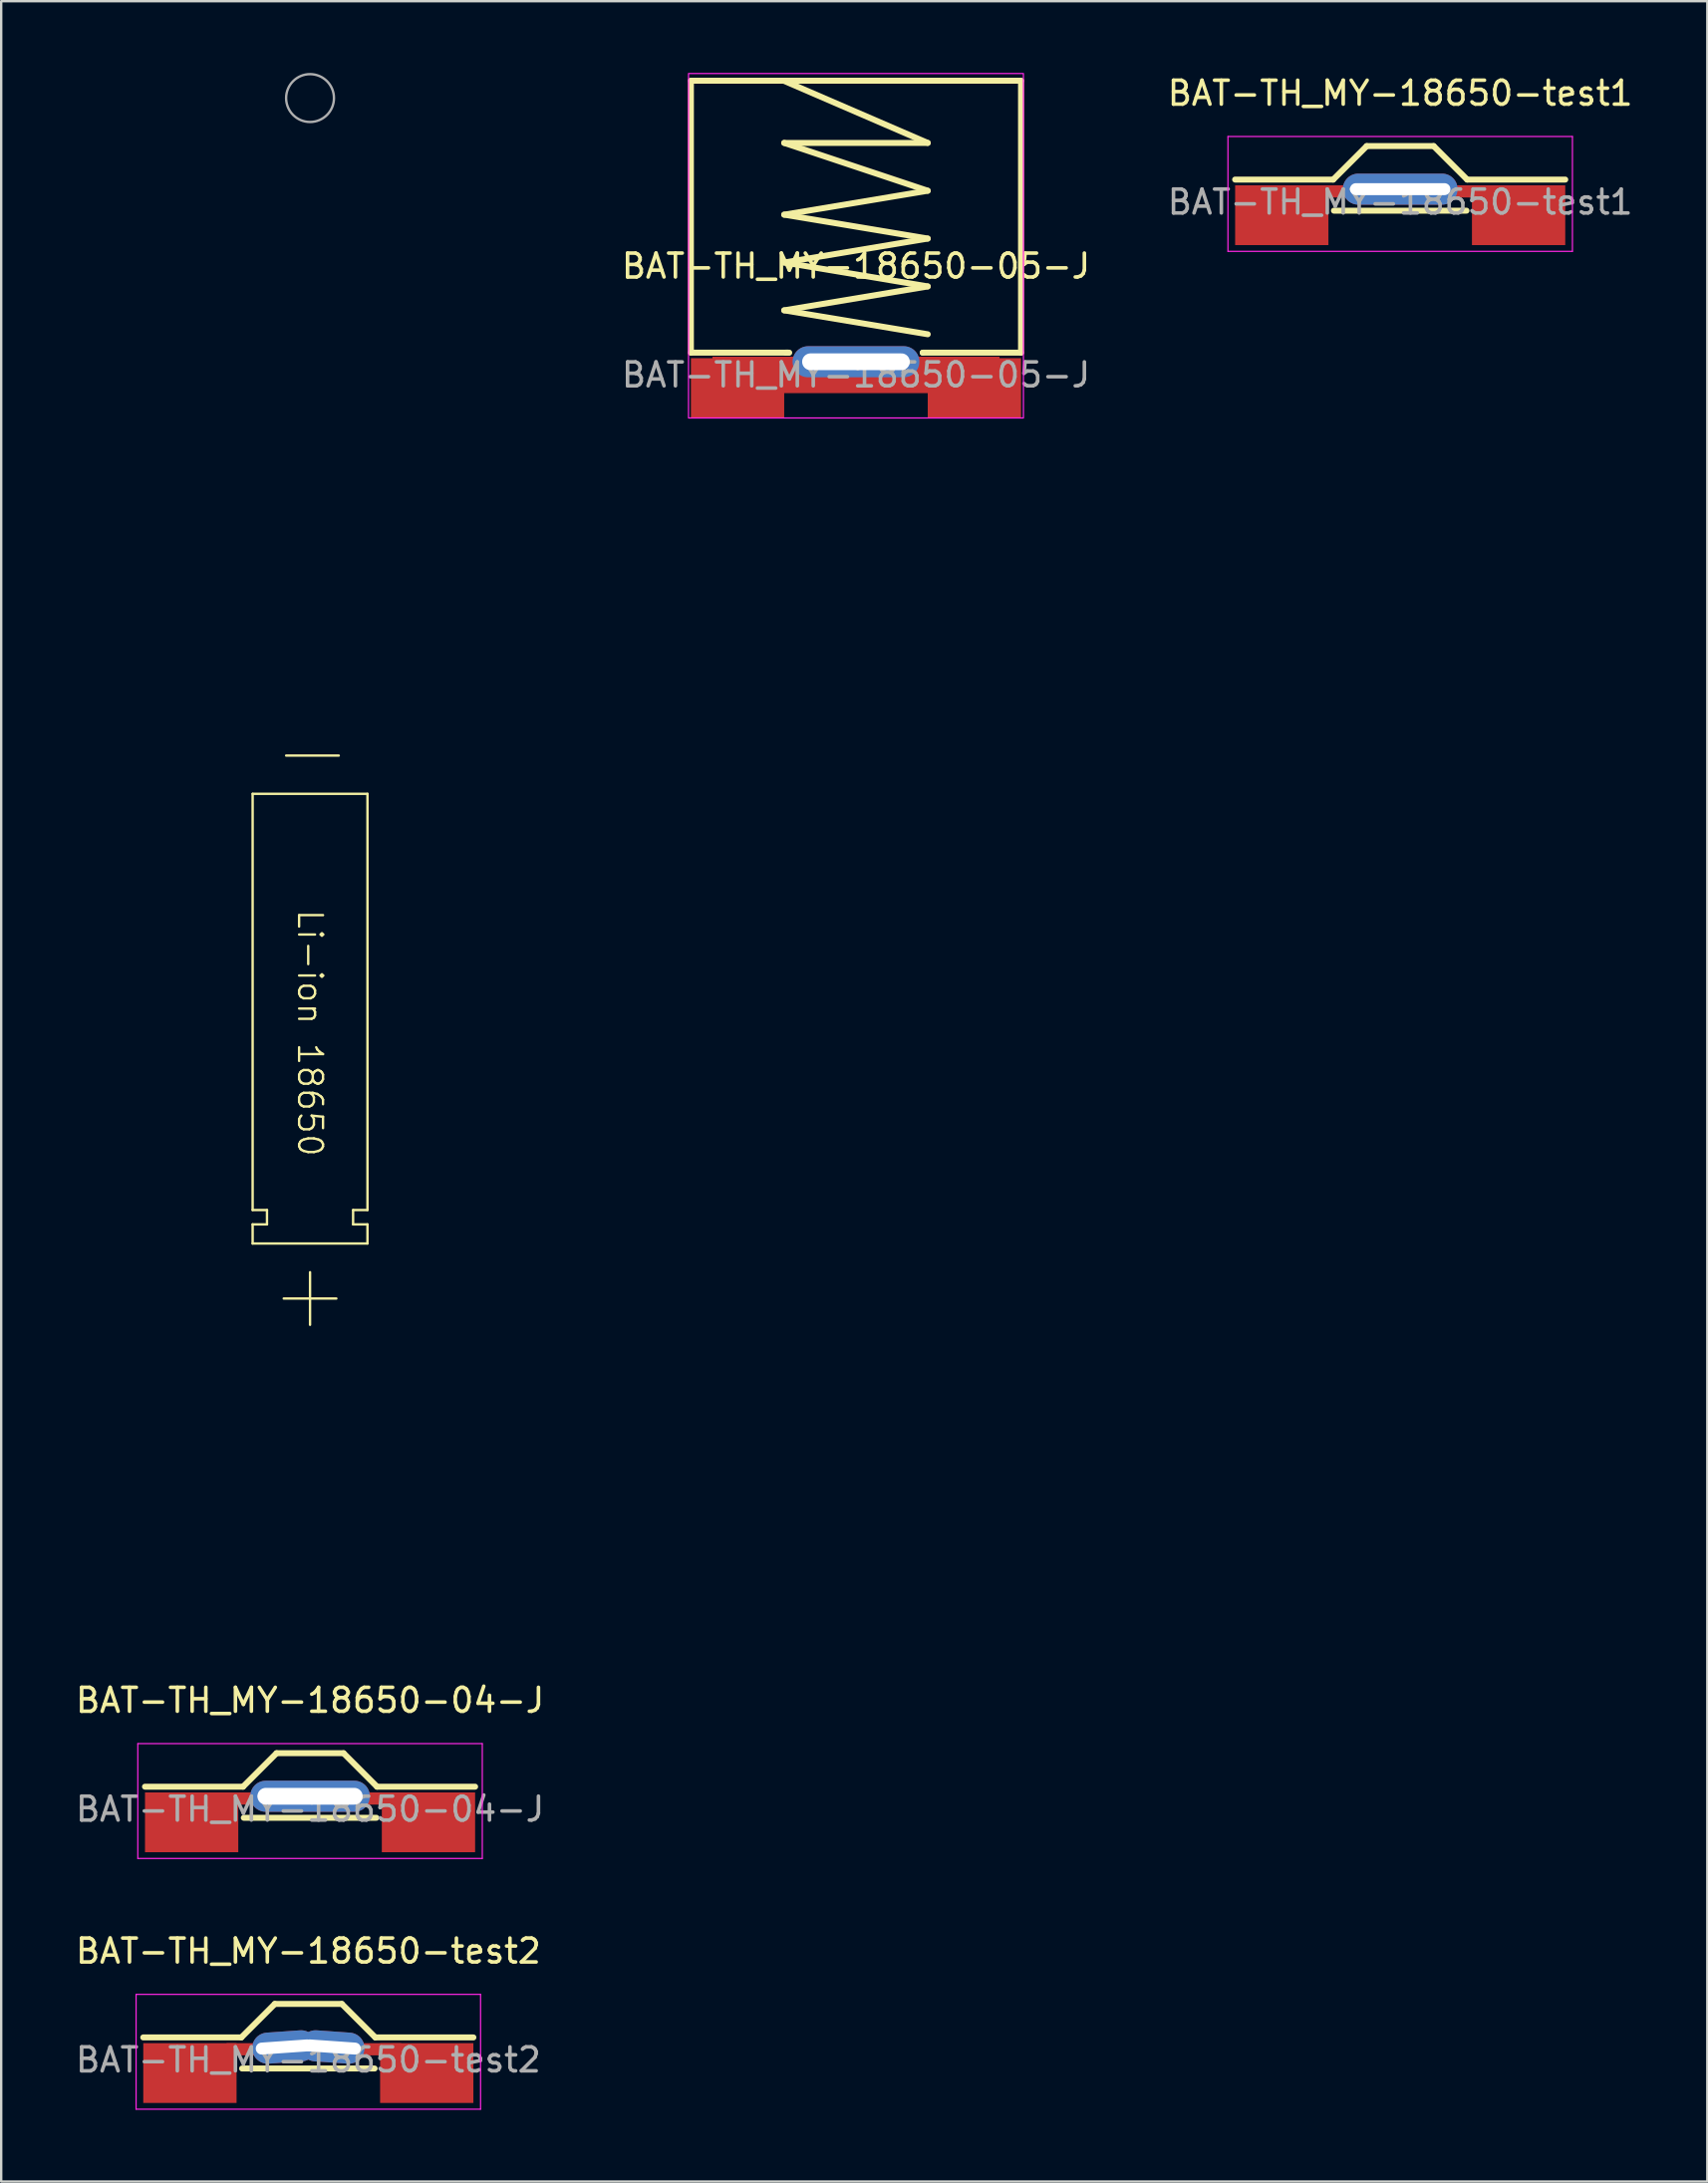
<source format=kicad_pcb>
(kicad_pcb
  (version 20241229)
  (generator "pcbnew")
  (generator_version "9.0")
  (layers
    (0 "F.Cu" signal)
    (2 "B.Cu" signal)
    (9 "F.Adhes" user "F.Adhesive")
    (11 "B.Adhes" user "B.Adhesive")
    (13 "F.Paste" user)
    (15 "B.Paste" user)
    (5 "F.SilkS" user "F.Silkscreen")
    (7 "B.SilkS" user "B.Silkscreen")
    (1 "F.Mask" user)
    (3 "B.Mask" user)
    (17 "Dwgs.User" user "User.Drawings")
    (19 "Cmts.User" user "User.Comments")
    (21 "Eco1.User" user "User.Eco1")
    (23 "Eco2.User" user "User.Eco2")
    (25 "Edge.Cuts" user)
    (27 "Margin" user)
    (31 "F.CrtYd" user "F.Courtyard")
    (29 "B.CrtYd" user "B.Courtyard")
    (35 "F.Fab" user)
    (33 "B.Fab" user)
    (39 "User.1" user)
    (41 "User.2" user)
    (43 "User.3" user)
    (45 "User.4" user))
  (footprint "BAT-TH_MY-18650-04-J"
    (layer "F.Cu")
    (at 9.911 72.05)
    (property "Reference" "BAT-TH_MY-18650-04-J" (at 0 -4.01 0) (layer "F.SilkS") (effects (font (size 1 1) (thickness 0.15))))
    (attr through_hole)
    (fp_line (start -6.9 -0.4) (end -2.8 -0.4) (stroke (width 0.25) (type solid)) (layer "F.SilkS"))
    (fp_line (start -2.8 -0.4) (end -1.4 -1.8) (stroke (width 0.25) (type solid)) (layer "F.SilkS"))
    (fp_line (start -2.4 -41.91) (end 2.4 -41.91) (stroke (width 0.1) (type default)) (layer "F.SilkS"))
    (fp_line (start -2.4 -24.51) (end -2.4 -41.91) (stroke (width 0.1) (type default)) (layer "F.SilkS"))
    (fp_line (start -2.4 -23.91) (end -1.8 -23.91) (stroke (width 0.1) (type default)) (layer "F.SilkS"))
    (fp_line (start -2.4 -23.11) (end -2.4 -23.91) (stroke (width 0.1) (type default)) (layer "F.SilkS"))
    (fp_line (start -1.8 -24.51) (end -2.4 -24.51) (stroke (width 0.1) (type default)) (layer "F.SilkS"))
    (fp_line (start -1.8 -23.91) (end -1.8 -24.51) (stroke (width 0.1) (type default)) (layer "F.SilkS"))
    (fp_line (start -1.1 -20.81) (end 1.1 -20.81) (stroke (width 0.1) (type default)) (layer "F.SilkS"))
    (fp_line (start -1 -43.51) (end 1.2 -43.51) (stroke (width 0.1) (type default)) (layer "F.SilkS"))
    (fp_line (start 0 -21.91) (end 0 -19.71) (stroke (width 0.1) (type default)) (layer "F.SilkS"))
    (fp_line (start 1.4 -1.8) (end -1.4 -1.8) (stroke (width 0.25) (type solid)) (layer "F.SilkS"))
    (fp_line (start 1.8 -24.51) (end 1.8 -23.91) (stroke (width 0.1) (type default)) (layer "F.SilkS"))
    (fp_line (start 1.8 -23.91) (end 2.4 -23.91) (stroke (width 0.1) (type default)) (layer "F.SilkS"))
    (fp_line (start 2.4 -41.91) (end 2.4 -24.51) (stroke (width 0.1) (type default)) (layer "F.SilkS"))
    (fp_line (start 2.4 -24.51) (end 1.8 -24.51) (stroke (width 0.1) (type default)) (layer "F.SilkS"))
    (fp_line (start 2.4 -23.91) (end 2.4 -23.11) (stroke (width 0.1) (type default)) (layer "F.SilkS"))
    (fp_line (start 2.4 -23.11) (end -2.4 -23.11) (stroke (width 0.1) (type default)) (layer "F.SilkS"))
    (fp_line (start 2.77 0.9) (end -2.77 0.9) (stroke (width 0.25) (type solid)) (layer "F.SilkS"))
    (fp_line (start 2.8 -0.4) (end 1.4 -1.8) (stroke (width 0.25) (type solid)) (layer "F.SilkS"))
    (fp_line (start 2.8 -0.4) (end 6.9 -0.4) (stroke (width 0.25) (type solid)) (layer "F.SilkS"))
    (fp_line (start -7.2 -2.2) (end 7.2 -2.2) (stroke (width 0.05) (type default)) (layer "F.CrtYd"))
    (fp_line (start -7.2 2.6) (end -7.2 -2.2) (stroke (width 0.05) (type default)) (layer "F.CrtYd"))
    (fp_line (start 7.2 -2.2) (end 7.2 2.6) (stroke (width 0.05) (type default)) (layer "F.CrtYd"))
    (fp_line (start 7.2 2.6) (end -7.2 2.6) (stroke (width 0.05) (type default)) (layer "F.CrtYd"))
    (fp_circle (center 0 -71) (end 1 -71) (stroke (width 0.1) (type solid)) (fill no) (layer "F.Fab"))
    (fp_rect (start -9 -66.8) (end 9 -1.8) (stroke (width 0.1) (type solid)) (fill no) (layer "User.2"))
    (fp_text user "Li-ion 18650" (at 0 -31.91 270) (unlocked yes) (layer "F.SilkS") (effects (font (size 1 1) (thickness 0.1))))
    (fp_text user "${REFERENCE}" (at 0 0.54 0) (layer "F.Fab") (effects (font (size 1 1) (thickness 0.15))))
    (pad "1" smd rect (at -4.95 1.09 90) (size 2.5 3.9) (layers "F.Cu" "F.Mask" "F.Paste"))
    (pad "1" thru_hole oval (at 0 0 90) (size 1.3 5) (drill oval 0.7 4.4) (layers "*.Cu" "*.Paste" "*.Mask"))
    (pad "1" smd rect (at 0.23 0.095 90) (size 0.51 7.3) (layers "F.Cu" "F.Mask" "F.Paste"))
    (pad "1" smd rect (at 4.95 1.09 90) (size 2.5 3.9) (layers "F.Cu" "F.Mask" "F.Paste")))
  (footprint "BAT-TH_MY-18650-test2"
    (layer "F.Cu")
    (at 9.839 82.533)
    (property "Reference" "BAT-TH_MY-18650-test2" (at 0 -4.01 0) (layer "F.SilkS") (effects (font (size 1 1) (thickness 0.15))))
    (attr through_hole)
    (fp_line (start -6.9 -0.4) (end -2.8 -0.4) (stroke (width 0.25) (type solid)) (layer "F.SilkS"))
    (fp_line (start -2.8 -0.4) (end -1.4 -1.8) (stroke (width 0.25) (type solid)) (layer "F.SilkS"))
    (fp_line (start 1.4 -1.8) (end -1.4 -1.8) (stroke (width 0.25) (type solid)) (layer "F.SilkS"))
    (fp_line (start 2.77 0.9) (end -2.77 0.9) (stroke (width 0.25) (type solid)) (layer "F.SilkS"))
    (fp_line (start 2.8 -0.4) (end 1.4 -1.8) (stroke (width 0.25) (type solid)) (layer "F.SilkS"))
    (fp_line (start 2.8 -0.4) (end 6.9 -0.4) (stroke (width 0.25) (type solid)) (layer "F.SilkS"))
    (fp_line (start -7.2 -2.2) (end 7.2 -2.2) (stroke (width 0.05) (type default)) (layer "F.CrtYd"))
    (fp_line (start -7.2 2.6) (end -7.2 -2.2) (stroke (width 0.05) (type default)) (layer "F.CrtYd"))
    (fp_line (start 7.2 -2.2) (end 7.2 2.6) (stroke (width 0.05) (type default)) (layer "F.CrtYd"))
    (fp_line (start 7.2 2.6) (end -7.2 2.6) (stroke (width 0.05) (type default)) (layer "F.CrtYd"))
    (fp_text user "${REFERENCE}" (at 0 0.54 0) (layer "F.Fab") (effects (font (size 1 1) (thickness 0.15))))
    (pad "1" smd rect (at -4.95 1.09 90) (size 2.5 3.9) (layers "F.Cu" "F.Mask" "F.Paste"))
    (pad "1" thru_hole oval (at -1 0 94) (size 1.3 2.7) (drill oval 0.5 2.4) (layers "*.Cu" "*.Paste" "*.Mask"))
    (pad "1" smd rect (at 0.23 0.095 90) (size 0.51 7.3) (layers "F.Cu" "F.Mask" "F.Paste"))
    (pad "1" thru_hole oval (at 1 0 86) (size 1.3 2.7) (drill oval 0.5 2.4) (layers "*.Cu" "*.Paste" "*.Mask"))
    (pad "1" smd rect (at 4.95 1.09 90) (size 2.5 3.9) (layers "F.Cu" "F.Mask" "F.Paste")))
  (footprint "BAT-TH_MY-18650-test1"
    (layer "F.Cu")
    (at 55.482 4.858)
    (property "Reference" "BAT-TH_MY-18650-test1" (at 0 -4.01 0) (layer "F.SilkS") (effects (font (size 1 1) (thickness 0.15))))
    (attr through_hole)
    (fp_line (start -6.9 -0.4) (end -2.8 -0.4) (stroke (width 0.25) (type solid)) (layer "F.SilkS"))
    (fp_line (start -2.8 -0.4) (end -1.4 -1.8) (stroke (width 0.25) (type solid)) (layer "F.SilkS"))
    (fp_line (start 1.4 -1.8) (end -1.4 -1.8) (stroke (width 0.25) (type solid)) (layer "F.SilkS"))
    (fp_line (start 2.77 0.9) (end -2.77 0.9) (stroke (width 0.25) (type solid)) (layer "F.SilkS"))
    (fp_line (start 2.8 -0.4) (end 1.4 -1.8) (stroke (width 0.25) (type solid)) (layer "F.SilkS"))
    (fp_line (start 2.8 -0.4) (end 6.9 -0.4) (stroke (width 0.25) (type solid)) (layer "F.SilkS"))
    (fp_line (start -7.2 -2.2) (end 7.2 -2.2) (stroke (width 0.05) (type default)) (layer "F.CrtYd"))
    (fp_line (start -7.2 2.6) (end -7.2 -2.2) (stroke (width 0.05) (type default)) (layer "F.CrtYd"))
    (fp_line (start 7.2 -2.2) (end 7.2 2.6) (stroke (width 0.05) (type default)) (layer "F.CrtYd"))
    (fp_line (start 7.2 2.6) (end -7.2 2.6) (stroke (width 0.05) (type default)) (layer "F.CrtYd"))
    (fp_text user "${REFERENCE}" (at 0 0.54 0) (layer "F.Fab") (effects (font (size 1 1) (thickness 0.15))))
    (pad "1" smd rect (at -4.95 1.09 90) (size 2.5 3.9) (layers "F.Cu" "F.Mask" "F.Paste"))
    (pad "1" thru_hole oval (at 0 0 90) (size 1.3 4.8) (drill oval 0.5 4.2) (layers "*.Cu" "*.Paste" "*.Mask"))
    (pad "1" smd rect (at 0.23 0.095 90) (size 0.51 7.3) (layers "F.Cu" "F.Mask" "F.Paste"))
    (pad "1" smd rect (at 4.95 1.09 90) (size 2.5 3.9) (layers "F.Cu" "F.Mask" "F.Paste")))
  (footprint "BAT-TH_MY-18650-05-J"
    (layer "F.Cu")
    (at 32.732 12.625)
    (property "Reference" "BAT-TH_MY-18650-05-J" (at 0 -4.55 0) (layer "F.SilkS") (effects (font (size 1 1) (thickness 0.15))))
    (attr smd)
    (fp_line (start -6.9 -12.3) (end -6.9 -0.93) (stroke (width 0.25) (type solid)) (layer "F.SilkS"))
    (fp_line (start -6.9 -12.3) (end 6.9 -12.3) (stroke (width 0.25) (type solid)) (layer "F.SilkS"))
    (fp_line (start -6.9 -0.93) (end -2.83 -0.93) (stroke (width 0.25) (type solid)) (layer "F.SilkS"))
    (fp_line (start -3.02 -12.3) (end 3 -9.7) (stroke (width 0.25) (type solid)) (layer "F.SilkS"))
    (fp_line (start -3 -9.7) (end 3 -7.7) (stroke (width 0.25) (type solid)) (layer "F.SilkS"))
    (fp_line (start -3 -6.7) (end 3 -5.7) (stroke (width 0.25) (type solid)) (layer "F.SilkS"))
    (fp_line (start -3 -4.7) (end 3 -3.7) (stroke (width 0.25) (type solid)) (layer "F.SilkS"))
    (fp_line (start -3 -2.7) (end 3 -1.7) (stroke (width 0.25) (type solid)) (layer "F.SilkS"))
    (fp_line (start -2.79 -0.93) (end -2.94 -0.93) (stroke (width 0.25) (type solid)) (layer "F.SilkS"))
    (fp_line (start 2.79 -0.93) (end 2.79 -0.93) (stroke (width 0.25) (type solid)) (layer "F.SilkS"))
    (fp_line (start 3 -9.7) (end -3 -9.7) (stroke (width 0.25) (type solid)) (layer "F.SilkS"))
    (fp_line (start 3 -7.7) (end -3 -6.7) (stroke (width 0.25) (type solid)) (layer "F.SilkS"))
    (fp_line (start 3 -5.7) (end -3 -4.7) (stroke (width 0.25) (type solid)) (layer "F.SilkS"))
    (fp_line (start 3 -3.7) (end -3 -2.7) (stroke (width 0.25) (type solid)) (layer "F.SilkS"))
    (fp_line (start 6.9 -12.3) (end 6.9 -0.93) (stroke (width 0.25) (type solid)) (layer "F.SilkS"))
    (fp_line (start 6.9 -0.93) (end 2.79 -0.93) (stroke (width 0.25) (type solid)) (layer "F.SilkS"))
    (fp_rect (start -7 -12.6) (end 7 1.8) (stroke (width 0.05) (type default)) (fill no) (layer "F.CrtYd"))
    (fp_text user "${REFERENCE}" (at 0 0 0) (layer "F.Fab") (effects (font (size 1 1) (thickness 0.15))))
    (pad "1" smd rect (at -4.95 0.55 90) (size 2.5 3.9) (layers "F.Cu" "F.Mask" "F.Paste"))
    (pad "1" thru_hole oval (at 0 -0.55 90) (size 1.3 5.3) (drill oval 0.7 4.5) (layers "*.Cu" "*.Paste" "*.Mask"))
    (pad "1" smd rect (at 0 0) (size 12 1.524) (layers "F.Cu" "F.Mask" "F.Paste"))
    (pad "1" smd rect (at 4.95 0.55 90) (size 2.5 3.9) (layers "F.Cu" "F.Mask" "F.Paste")))
  (gr_rect
    (start -3 -3)
    (end 68.321 88.158)
    (stroke (width 0.1) (type default))
    (fill no)
    (layer "Edge.Cuts")))
</source>
